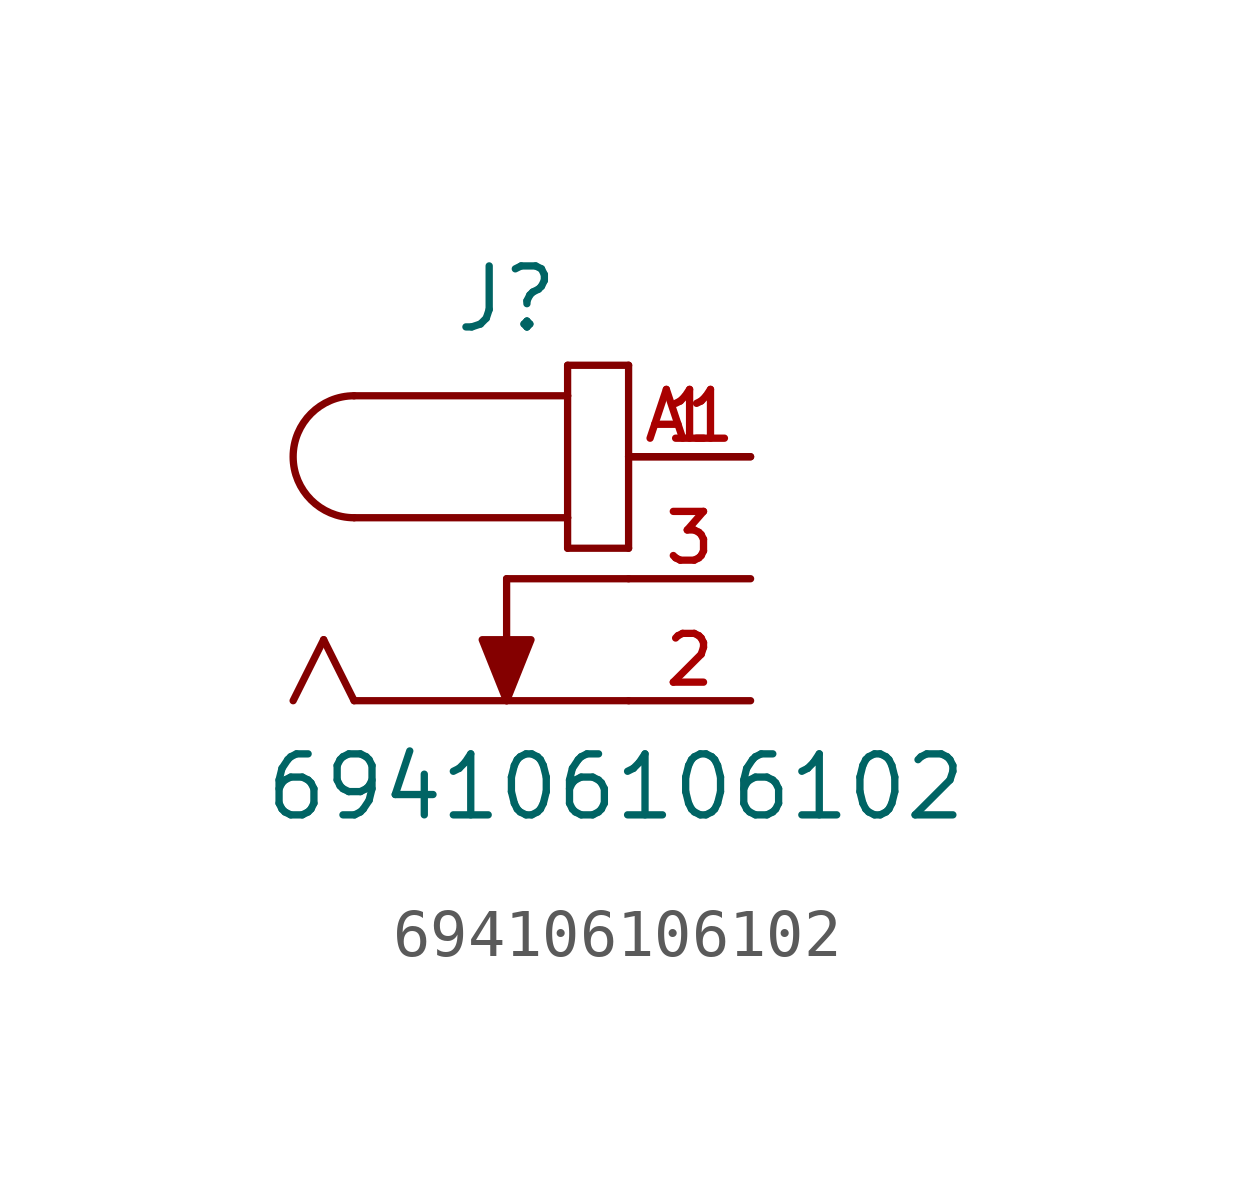
<source format=kicad_sym>
(kicad_symbol_lib
  (version 20211014)
  (generator kicad_symbol_editor)
  (symbol "694106106102"
    (pin_names
      (offset 1.016))
    (property "Reference" "J"
      (at 0.0 2.54 0)
      (effects (font (size 1.27 1.27)) (justify bottom)))
    (property "Value" "694106106102"
      (at -5.08 -7.62 0)
      (effects (font (size 1.27 1.27)) (justify bottom left)))
    (symbol "694106106102_0_0"
      (arc (start -3.175 1.27) (mid -4.445 -0.0) (end -3.175 -1.27) (stroke (width 0.1524) (type default) (color 0 0 0 0)) (fill (type none)))
      (polyline (pts (xy -3.175 1.27) (xy 1.27 1.27)) (stroke (width 0.152)))
      (polyline (pts (xy 1.27 1.27) (xy 1.27 -1.27)) (stroke (width 0.152)))
      (polyline (pts (xy 1.27 -1.27) (xy -3.175 -1.27)) (stroke (width 0.152)))
      (polyline (pts (xy 1.27 -1.27) (xy 1.27 -1.905)) (stroke (width 0.152)))
      (polyline (pts (xy 1.27 -1.905) (xy 2.54 -1.905)) (stroke (width 0.152)))
      (polyline (pts (xy 2.54 -1.905) (xy 2.54 1.905)) (stroke (width 0.152)))
      (polyline (pts (xy 2.54 1.905) (xy 1.27 1.905)) (stroke (width 0.152)))
      (polyline (pts (xy 1.27 1.905) (xy 1.27 1.27)) (stroke (width 0.152)))
      (polyline (pts (xy 2.54 -5.08) (xy -3.175 -5.08)) (stroke (width 0.152)))
      (polyline (pts (xy -3.175 -5.08) (xy -3.81 -3.81)) (stroke (width 0.152)))
      (polyline (pts (xy -3.81 -3.81) (xy -4.445 -5.08)) (stroke (width 0.152)))
      (polyline (pts (xy 0.0 -2.54) (xy 0.0 -5.08)) (stroke (width 0.152)))
      (polyline (pts (xy 0.0 -2.54) (xy 2.54 -2.54)) (stroke (width 0.152)))
      (polyline (pts (xy 0.0 -5.08) (xy -0.508 -3.81) (xy 0.508 -3.81) (xy 0.0 -5.08)) (stroke (width 0.152)) (fill (type outline)))
      (pin passive line (at 5.08 0.0 180.0) (length 2.54) (name "~" (effects (font (size 1.016 1.016)))) (number "1" (effects (font (size 1.016 1.016)))))
      (pin passive line (at 5.08 -5.08 180.0) (length 2.54) (name "~" (effects (font (size 1.016 1.016)))) (number "2" (effects (font (size 1.016 1.016)))))
      (pin passive line (at 5.08 -2.54 180.0) (length 2.54) (name "~" (effects (font (size 1.016 1.016)))) (number "3" (effects (font (size 1.016 1.016)))))
      (pin passive line (at 5.08 0.0 180.0) (length 2.54) (name "~" (effects (font (size 1.016 1.016)))) (number "A1" (effects (font (size 1.016 1.016))))))))
</source>
